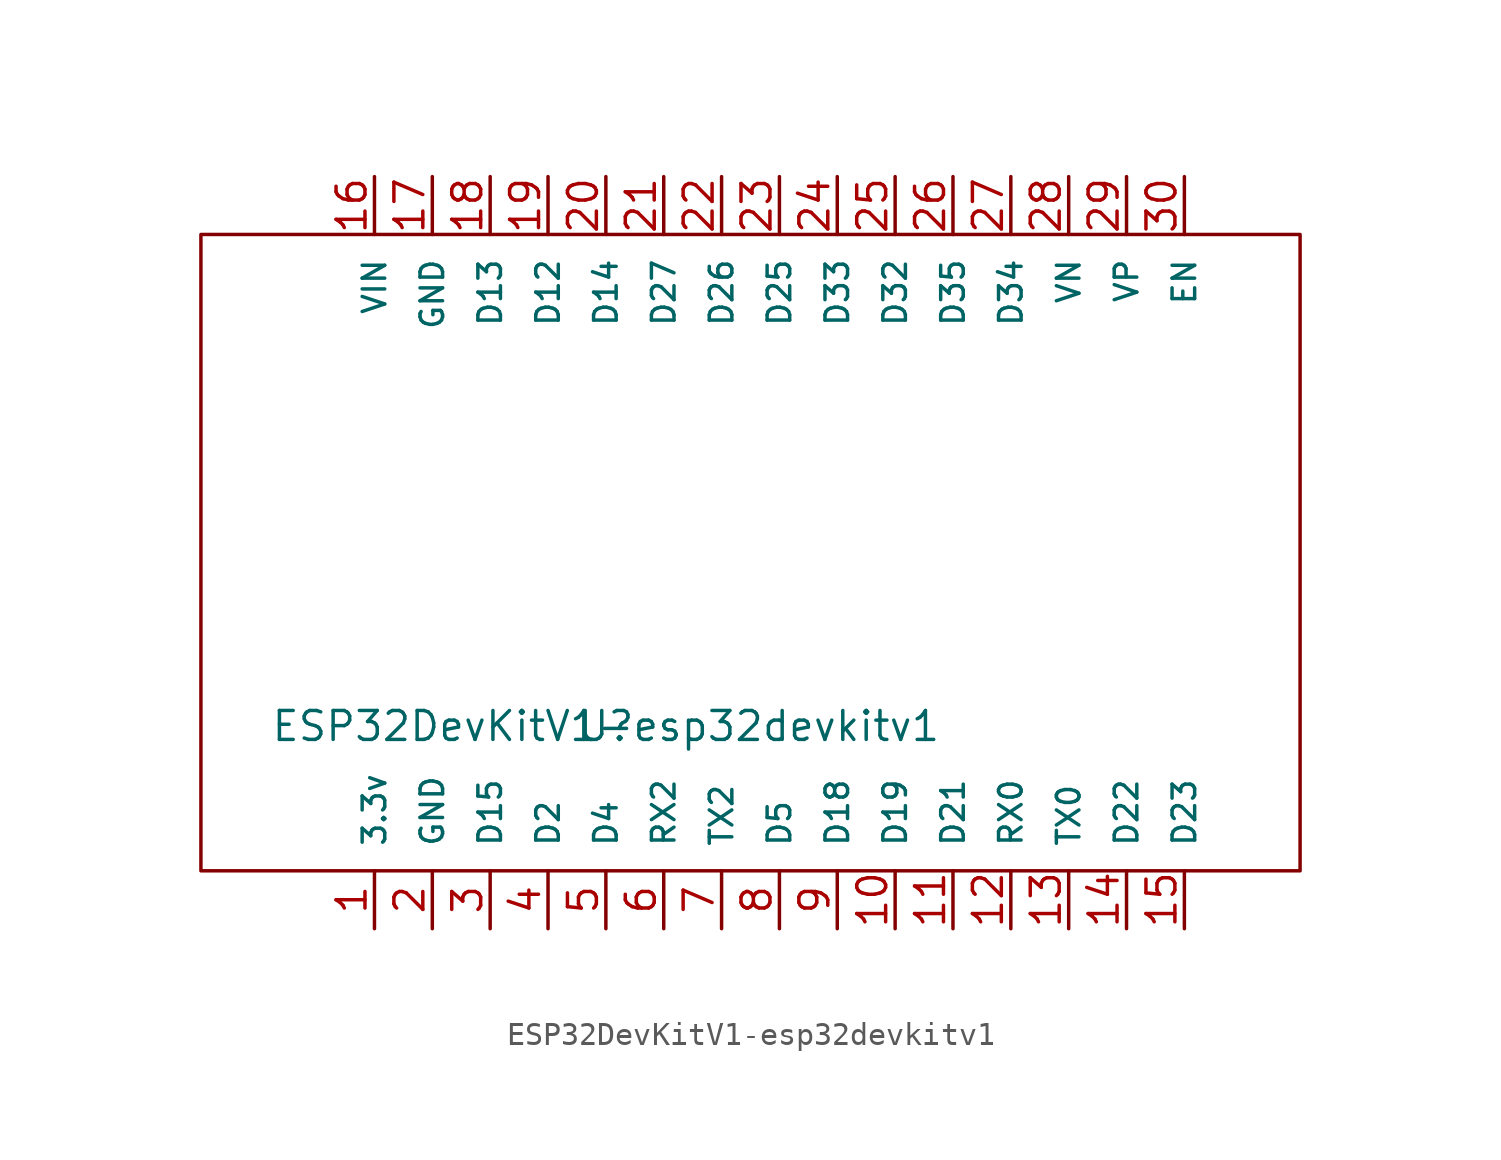
<source format=kicad_sym>
(kicad_symbol_lib
  (version 20220914)
  (generator kicad_symbol_editor)
  (symbol "ESP32DevKitV1-esp32devkitv1"
    (pin_names
      (offset 1.016))
    (property "Reference" "U"
      (at 0 0 0)
      (effects (font (size 1.27 1.27))))
    (property "Value" "ESP32DevKitV1-esp32devkitv1"
      (at 0 0 0)
      (effects (font (size 1.27 1.27))))
    (symbol "ESP32DevKitV1-esp32devkitv1_0_1"
      (rectangle (start -17.78 -6.35) (end 30.48 21.59) (stroke (width 0) (type solid)) (fill (type none))))
    (symbol "ESP32DevKitV1-esp32devkitv1_1_1"
      (pin input line (at -10.16 -8.89 90) (length 2.54) (name "3.3v" (effects (font (size 0.991 0.991)))) (number "1" (effects (font (size 1.27 1.27)))))
      (pin bidirectional line (at 12.7 -8.89 90) (length 2.54) (name "D19" (effects (font (size 0.991 0.991)))) (number "10" (effects (font (size 1.27 1.27)))))
      (pin bidirectional line (at 15.24 -8.89 90) (length 2.54) (name "D21" (effects (font (size 0.991 0.991)))) (number "11" (effects (font (size 1.27 1.27)))))
      (pin bidirectional line (at 17.78 -8.89 90) (length 2.54) (name "RX0" (effects (font (size 0.991 0.991)))) (number "12" (effects (font (size 1.27 1.27)))))
      (pin bidirectional line (at 20.32 -8.89 90) (length 2.54) (name "TX0" (effects (font (size 0.991 0.991)))) (number "13" (effects (font (size 1.27 1.27)))))
      (pin bidirectional line (at 22.86 -8.89 90) (length 2.54) (name "D22" (effects (font (size 0.991 0.991)))) (number "14" (effects (font (size 1.27 1.27)))))
      (pin bidirectional line (at 25.4 -8.89 90) (length 2.54) (name "D23" (effects (font (size 0.991 0.991)))) (number "15" (effects (font (size 1.27 1.27)))))
      (pin bidirectional line (at -10.16 24.13 270) (length 2.54) (name "VIN" (effects (font (size 0.991 0.991)))) (number "16" (effects (font (size 1.27 1.27)))))
      (pin bidirectional line (at -7.62 24.13 270) (length 2.54) (name "GND" (effects (font (size 0.991 0.991)))) (number "17" (effects (font (size 1.27 1.27)))))
      (pin bidirectional line (at -5.08 24.13 270) (length 2.54) (name "D13" (effects (font (size 0.991 0.991)))) (number "18" (effects (font (size 1.27 1.27)))))
      (pin bidirectional line (at -2.54 24.13 270) (length 2.54) (name "D12" (effects (font (size 0.991 0.991)))) (number "19" (effects (font (size 1.27 1.27)))))
      (pin passive line (at -7.62 -8.89 90) (length 2.54) (name "GND" (effects (font (size 0.991 0.991)))) (number "2" (effects (font (size 1.27 1.27)))))
      (pin bidirectional line (at 0 24.13 270) (length 2.54) (name "D14" (effects (font (size 0.991 0.991)))) (number "20" (effects (font (size 1.27 1.27)))))
      (pin bidirectional line (at 2.54 24.13 270) (length 2.54) (name "D27" (effects (font (size 0.991 0.991)))) (number "21" (effects (font (size 1.27 1.27)))))
      (pin bidirectional line (at 5.08 24.13 270) (length 2.54) (name "D26" (effects (font (size 0.991 0.991)))) (number "22" (effects (font (size 1.27 1.27)))))
      (pin bidirectional line (at 7.62 24.13 270) (length 2.54) (name "D25" (effects (font (size 0.991 0.991)))) (number "23" (effects (font (size 1.27 1.27)))))
      (pin bidirectional line (at 10.16 24.13 270) (length 2.54) (name "D33" (effects (font (size 0.991 0.991)))) (number "24" (effects (font (size 1.27 1.27)))))
      (pin bidirectional line (at 12.7 24.13 270) (length 2.54) (name "D32" (effects (font (size 0.991 0.991)))) (number "25" (effects (font (size 1.27 1.27)))))
      (pin input line (at 15.24 24.13 270) (length 2.54) (name "D35" (effects (font (size 0.991 0.991)))) (number "26" (effects (font (size 1.27 1.27)))))
      (pin input line (at 17.78 24.13 270) (length 2.54) (name "D34" (effects (font (size 0.991 0.991)))) (number "27" (effects (font (size 1.27 1.27)))))
      (pin input line (at 20.32 24.13 270) (length 2.54) (name "VN" (effects (font (size 0.991 0.991)))) (number "28" (effects (font (size 1.27 1.27)))))
      (pin input line (at 22.86 24.13 270) (length 2.54) (name "VP" (effects (font (size 0.991 0.991)))) (number "29" (effects (font (size 1.27 1.27)))))
      (pin bidirectional line (at -5.08 -8.89 90) (length 2.54) (name "D15" (effects (font (size 0.991 0.991)))) (number "3" (effects (font (size 1.27 1.27)))))
      (pin input line (at 25.4 24.13 270) (length 2.54) (name "EN" (effects (font (size 0.991 0.991)))) (number "30" (effects (font (size 1.27 1.27)))))
      (pin bidirectional line (at -2.54 -8.89 90) (length 2.54) (name "D2" (effects (font (size 0.991 0.991)))) (number "4" (effects (font (size 1.27 1.27)))))
      (pin bidirectional line (at 0 -8.89 90) (length 2.54) (name "D4" (effects (font (size 0.991 0.991)))) (number "5" (effects (font (size 1.27 1.27)))))
      (pin bidirectional line (at 2.54 -8.89 90) (length 2.54) (name "RX2" (effects (font (size 0.991 0.991)))) (number "6" (effects (font (size 1.27 1.27)))))
      (pin bidirectional line (at 5.08 -8.89 90) (length 2.54) (name "TX2" (effects (font (size 0.991 0.991)))) (number "7" (effects (font (size 1.27 1.27)))))
      (pin bidirectional line (at 7.62 -8.89 90) (length 2.54) (name "D5" (effects (font (size 0.991 0.991)))) (number "8" (effects (font (size 1.27 1.27)))))
      (pin bidirectional line (at 10.16 -8.89 90) (length 2.54) (name "D18" (effects (font (size 0.991 0.991)))) (number "9" (effects (font (size 1.27 1.27))))))))
</source>
